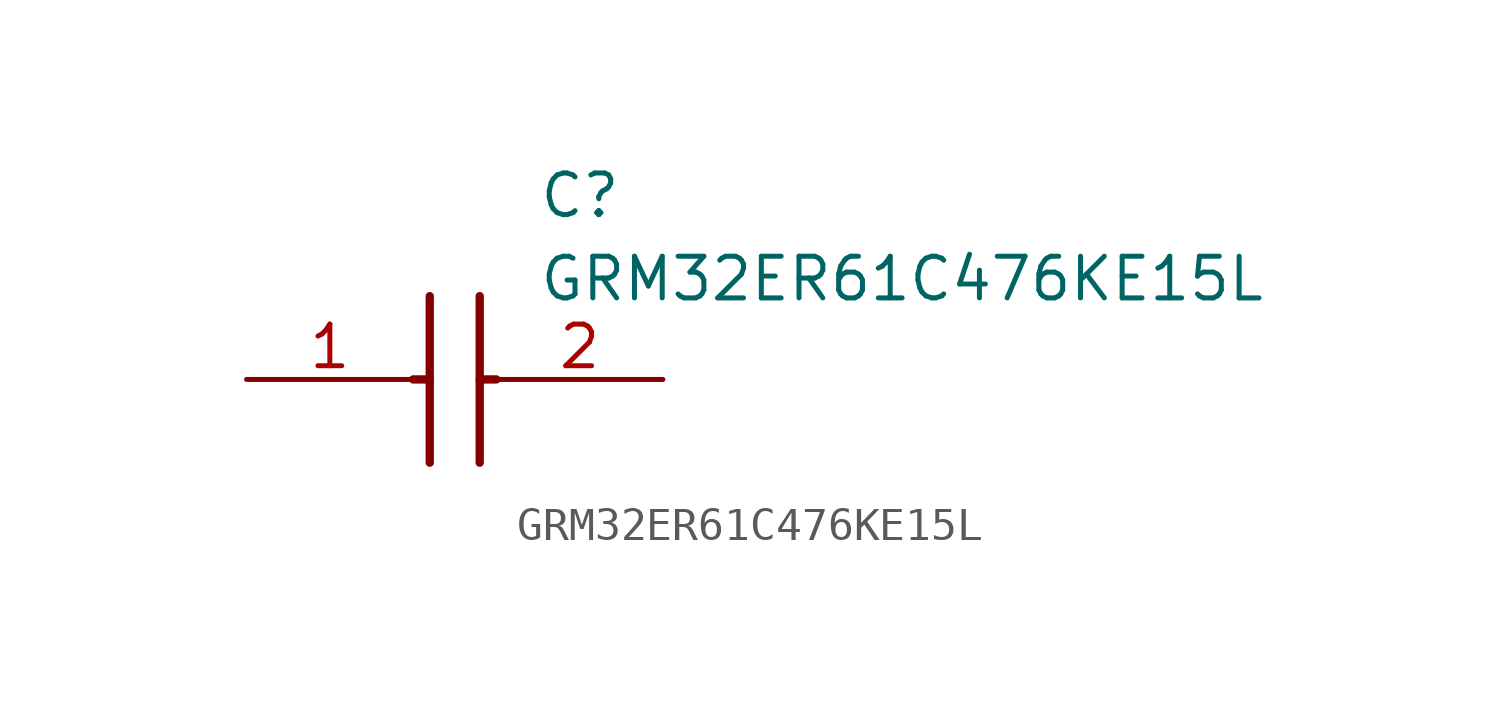
<source format=kicad_sym>
(kicad_symbol_lib
  (version 20211014)
  (generator SamacSys_ECAD_Model)
  (symbol "GRM32ER61C476KE15L"
    (pin_names hide)
    (property "Reference" "C"
      (at 8.89 6.35 0)
      (effects (font (size 1.27 1.27)) (justify left top)))
    (property "Value" "GRM32ER61C476KE15L"
      (at 8.89 3.81 0)
      (effects (font (size 1.27 1.27)) (justify left top)))
    (polyline
      (pts (xy 5.588 2.54) (xy 5.588 -2.54))
      (stroke (width 0.254) (type default))
      (fill (type none)))
    (polyline
      (pts (xy 7.112 2.54) (xy 7.112 -2.54))
      (stroke (width 0.254) (type default))
      (fill (type none)))
    (polyline
      (pts (xy 5.08 0) (xy 5.588 0))
      (stroke (width 0.254) (type default))
      (fill (type none)))
    (polyline
      (pts (xy 7.112 0) (xy 7.62 0))
      (stroke (width 0.254) (type default))
      (fill (type none)))
    (pin passive line
      (at 0 0 0)
      (length 5.08)
      (name "1" (effects (font (size 1.27 1.27))))
      (number "1" (effects (font (size 1.27 1.27)))))
    (pin passive line
      (at 12.7 0 180)
      (length 5.08)
      (name "2" (effects (font (size 1.27 1.27))))
      (number "2" (effects (font (size 1.27 1.27)))))))
</source>
